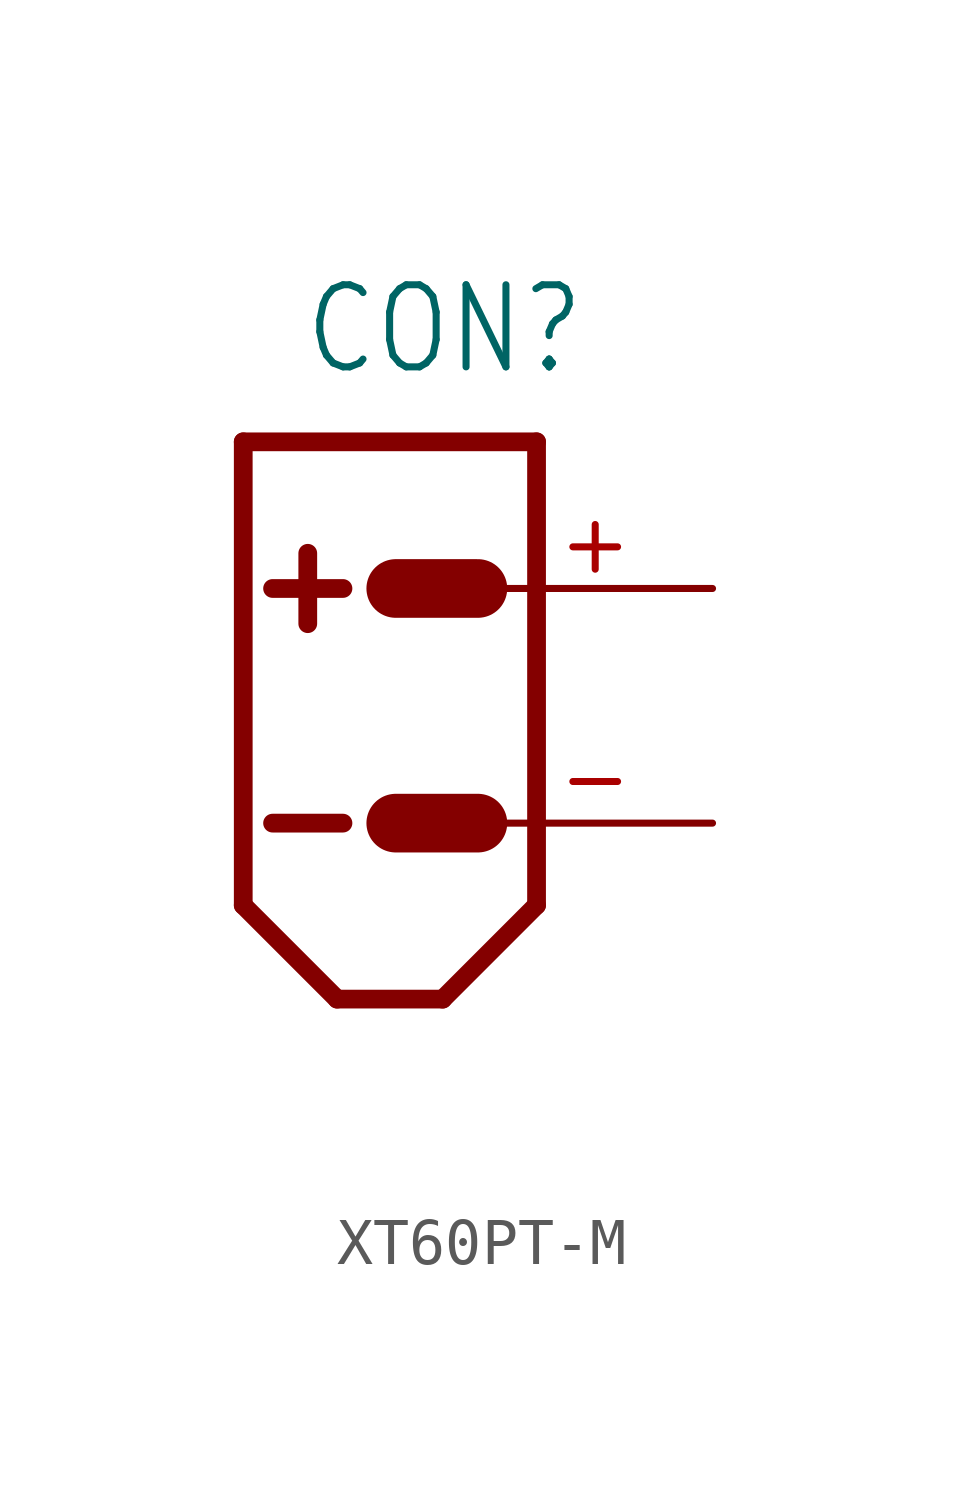
<source format=kicad_sym>
(kicad_symbol_lib
  (version 20220914)
  (generator kicad_symbol_editor)
  (symbol "XT60PT-M"
    (property "Reference" "CON"
      (at -3.81 7.112 0)
      (effects (font (size 1.778 1.511)) (justify left bottom)))
    (property "Value" ""
      (at -3.81 -8.89 0)
      (effects (font (size 1.778 1.511)) (justify left bottom)))
    (property "ki_locked" ""
      (at 0 0 0)
      (effects (font (size 1.27 1.27))))
    (symbol "XT60PT-M_1_0"
      (polyline (pts (xy -5.08 -4.318) (xy -3.048 -6.35)) (stroke (width 0.406) (type solid)) (fill (type none)))
      (polyline (pts (xy -5.08 5.715) (xy -5.08 -4.318)) (stroke (width 0.406) (type solid)) (fill (type none)))
      (polyline (pts (xy -5.08 5.715) (xy 1.27 5.715)) (stroke (width 0.406) (type solid)) (fill (type none)))
      (polyline (pts (xy -4.445 -2.54) (xy -2.921 -2.54)) (stroke (width 0.406) (type solid)) (fill (type none)))
      (polyline (pts (xy -4.445 2.54) (xy -2.921 2.54)) (stroke (width 0.406) (type solid)) (fill (type none)))
      (polyline (pts (xy -3.683 3.302) (xy -3.683 1.778)) (stroke (width 0.406) (type solid)) (fill (type none)))
      (polyline (pts (xy -3.048 -6.35) (xy -0.762 -6.35)) (stroke (width 0.406) (type solid)) (fill (type none)))
      (polyline (pts (xy -0.762 -6.35) (xy 1.27 -4.318)) (stroke (width 0.406) (type solid)) (fill (type none)))
      (polyline (pts (xy 0 -2.54) (xy -1.778 -2.54)) (stroke (width 1.27) (type solid)) (fill (type none)))
      (polyline (pts (xy 0 2.54) (xy -1.778 2.54)) (stroke (width 1.27) (type solid)) (fill (type none)))
      (polyline (pts (xy 1.27 -4.318) (xy 1.27 5.715)) (stroke (width 0.406) (type solid)) (fill (type none)))
      (pin power_in line (at 5.08 2.54 180) (length 5.08) (name "+" (effects (font (size 0 0)))) (number "+" (effects (font (size 1.27 1.27)))))
      (pin power_in line (at 5.08 -2.54 180) (length 5.08) (name "-" (effects (font (size 0 0)))) (number "-" (effects (font (size 1.27 1.27))))))))
</source>
